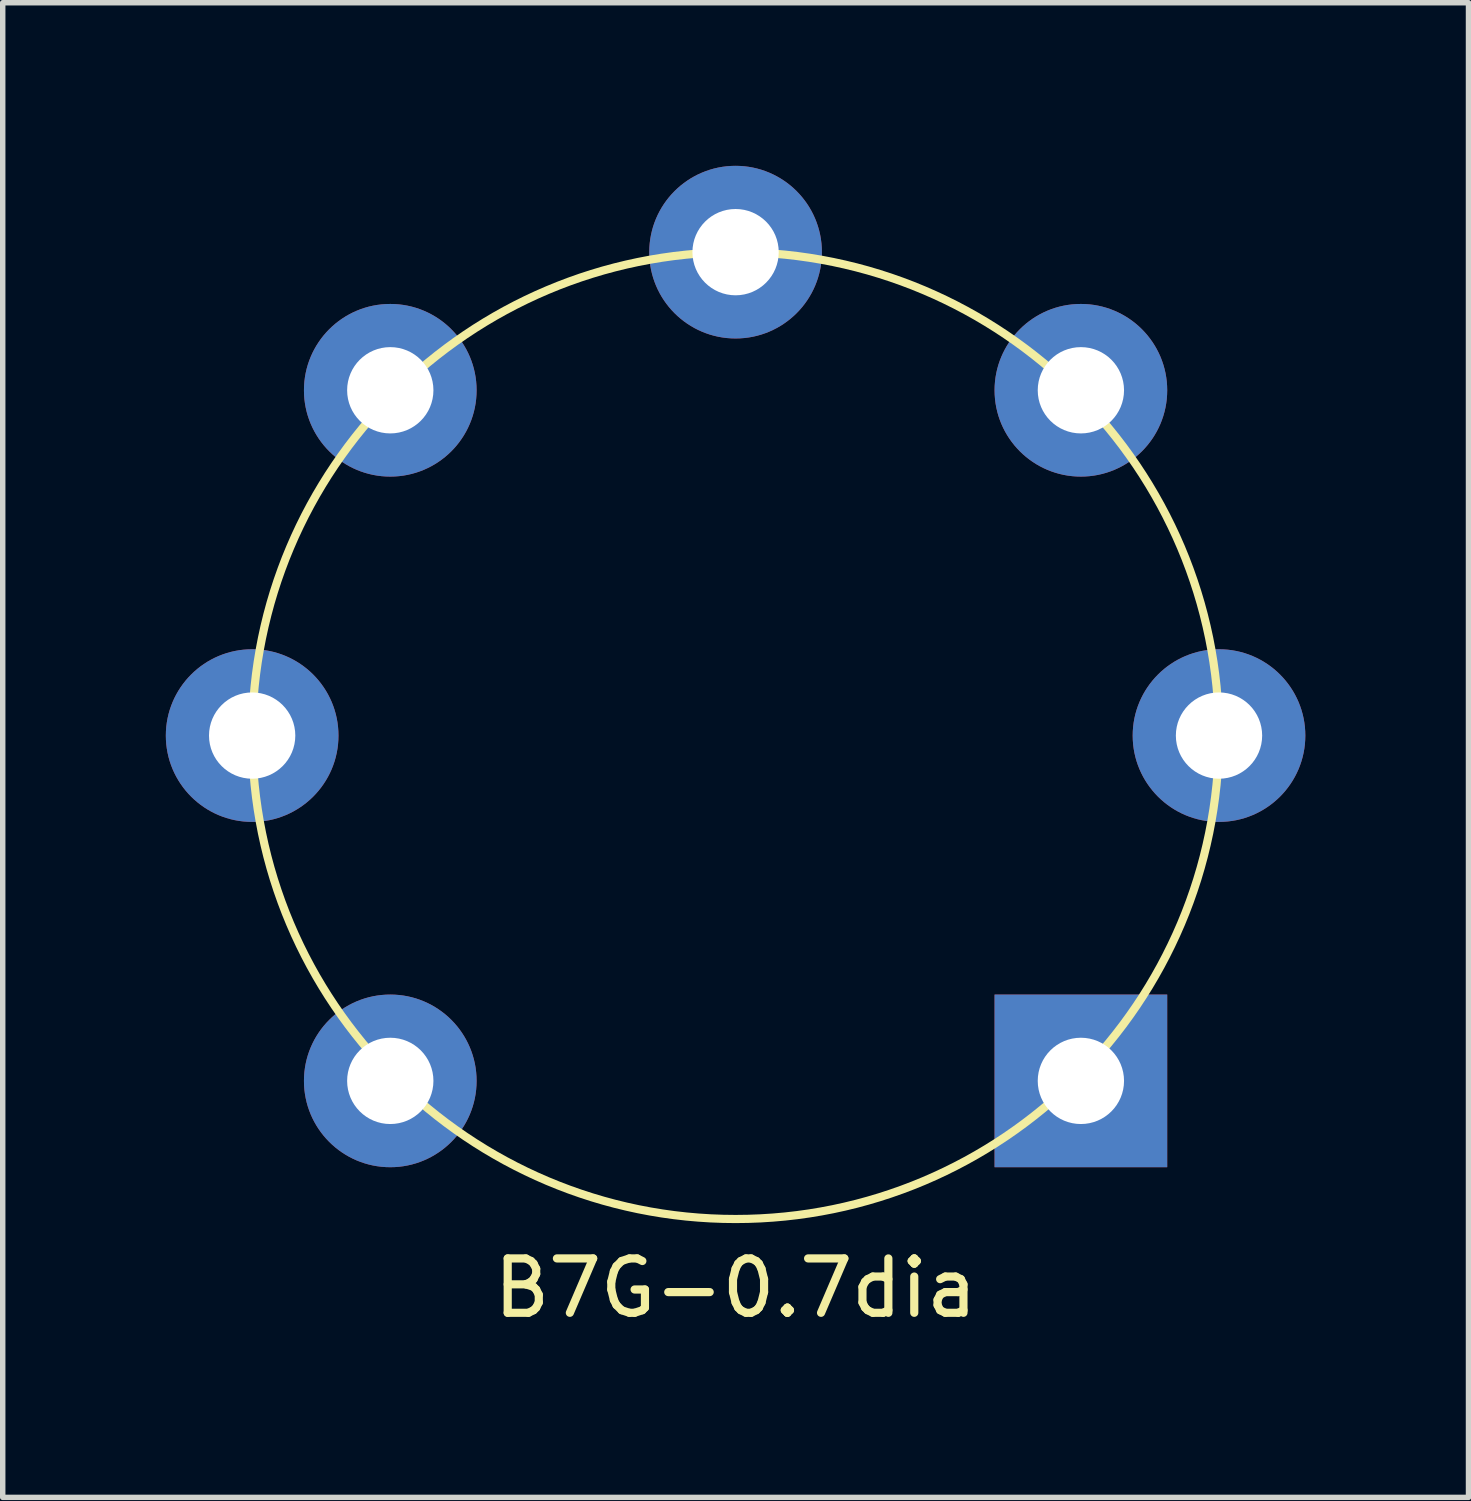
<source format=kicad_pcb>
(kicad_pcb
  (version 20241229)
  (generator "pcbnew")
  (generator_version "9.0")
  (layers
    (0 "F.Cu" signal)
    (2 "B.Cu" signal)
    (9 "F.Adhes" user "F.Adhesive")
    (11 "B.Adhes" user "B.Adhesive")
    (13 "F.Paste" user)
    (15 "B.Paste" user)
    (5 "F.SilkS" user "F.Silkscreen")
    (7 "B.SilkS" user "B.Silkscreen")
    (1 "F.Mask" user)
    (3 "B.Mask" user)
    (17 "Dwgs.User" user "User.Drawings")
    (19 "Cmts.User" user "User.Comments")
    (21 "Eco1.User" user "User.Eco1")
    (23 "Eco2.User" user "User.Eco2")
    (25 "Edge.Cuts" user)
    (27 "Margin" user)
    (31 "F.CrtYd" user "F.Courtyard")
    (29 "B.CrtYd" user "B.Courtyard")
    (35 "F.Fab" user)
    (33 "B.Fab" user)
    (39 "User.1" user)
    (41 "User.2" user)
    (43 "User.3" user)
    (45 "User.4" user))
  (footprint "B7G-0.7dia"
    (layer "F.Cu")
    (at 10.477 10.477)
    (property "Reference" "B7G-0.7dia" (at 0 10.16 0) (layer "F.SilkS") (effects (font (size 1 1) (thickness 0.15))))
    (attr exclude_from_pos_files exclude_from_bom)
    (fp_circle (center 0 0) (end 8.89 0) (stroke (width 0.15) (type solid)) (fill no) (layer "F.SilkS"))
    (pad "1" thru_hole rect (at 6.35 6.35) (size 3.175 3.175) (drill 1.587) (layers "*.Cu" "*.Paste" "*.Mask"))
    (pad "2" thru_hole circle (at 8.89 0) (size 3.175 3.175) (drill 1.587) (layers "*.Cu" "*.Paste" "*.Mask"))
    (pad "3" thru_hole circle (at 6.35 -6.35) (size 3.175 3.175) (drill 1.587) (layers "*.Cu" "*.Paste" "*.Mask"))
    (pad "4" thru_hole circle (at 0 -8.89) (size 3.175 3.175) (drill 1.587) (layers "*.Cu" "*.Paste" "*.Mask"))
    (pad "5" thru_hole circle (at -6.35 -6.35) (size 3.175 3.175) (drill 1.587) (layers "*.Cu" "*.Paste" "*.Mask"))
    (pad "6" thru_hole circle (at -8.89 0) (size 3.175 3.175) (drill 1.587) (layers "*.Cu" "*.Paste" "*.Mask"))
    (pad "7" thru_hole circle (at -6.35 6.35) (size 3.175 3.175) (drill 1.587) (layers "*.Cu" "*.Paste" "*.Mask")))
  (gr_rect
    (start -3 -3)
    (end 23.955 24.486)
    (stroke (width 0.1) (type default))
    (fill no)
    (layer "Edge.Cuts")))
</source>
